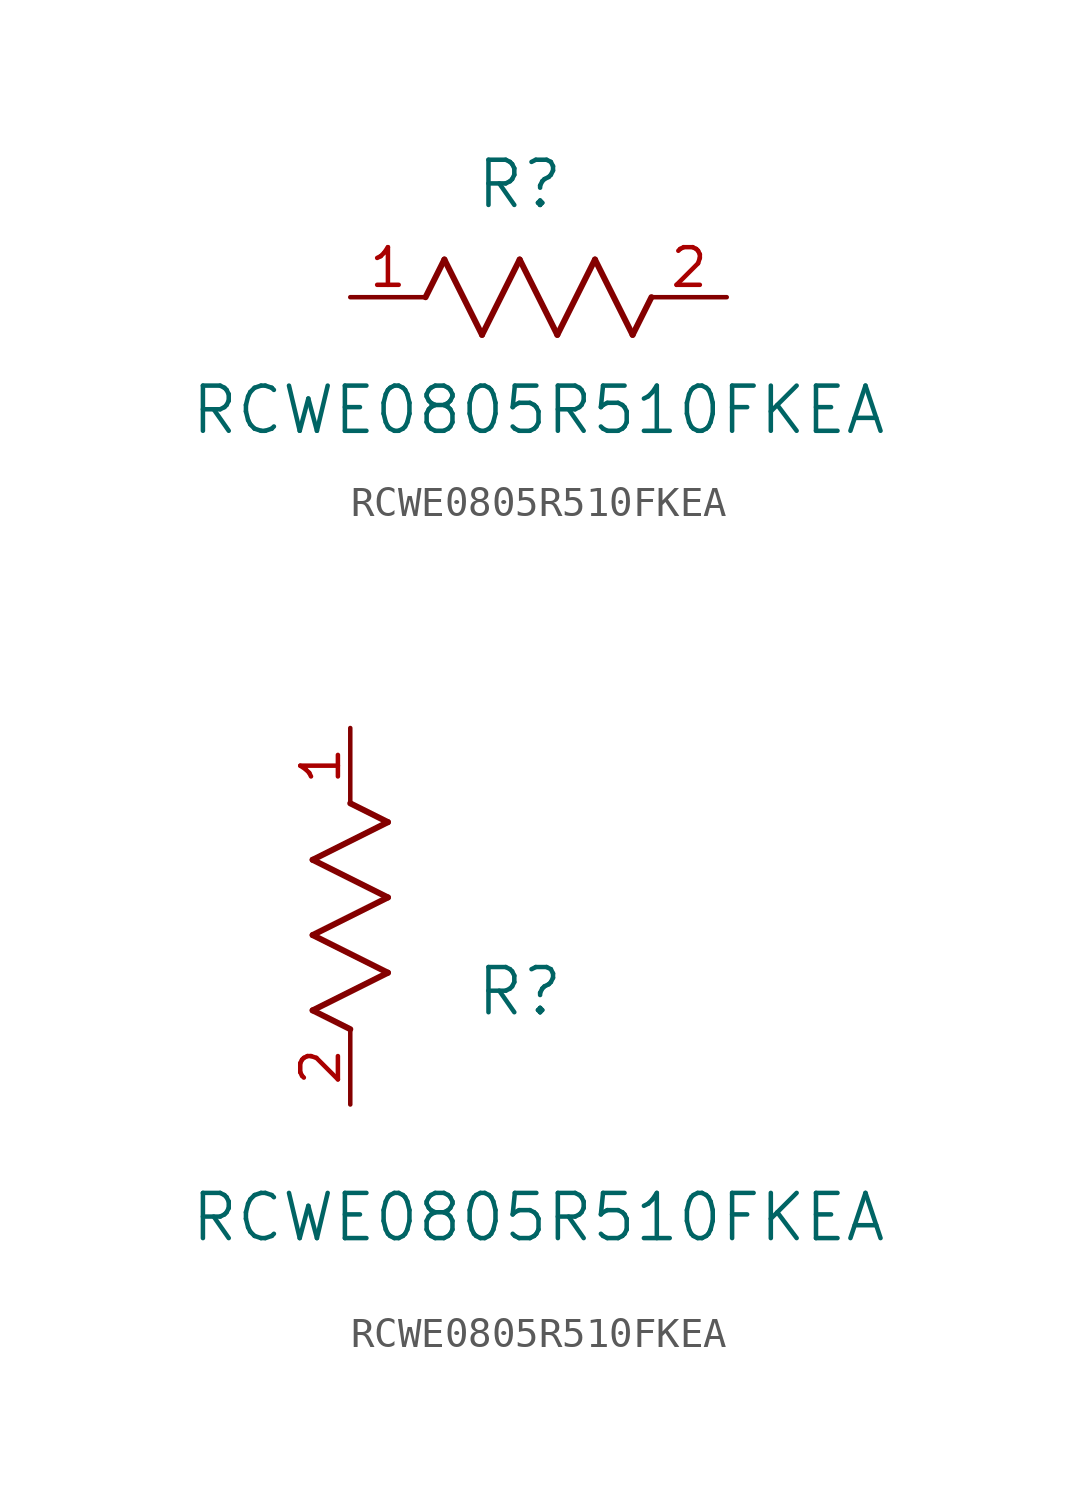
<source format=kicad_sym>
(kicad_symbol_lib
  (version 20211014)
  (generator kicad_symbol_editor)
  (symbol "RCWE0805R510FKEA"
    (pin_names
      (offset 0.254))
    (property "Reference" "R"
      (at 5.715 3.81 0)
      (effects (font (size 1.524 1.524))))
    (property "Value" "RCWE0805R510FKEA"
      (at 6.35 -3.81 0)
      (effects (font (size 1.524 1.524))))
    (symbol "RCWE0805R510FKEA_1_1"
      (polyline (pts (xy 3.175 1.27) (xy 4.445 -1.27)) (stroke (width 0.203) (type default) (color 0 0 0 0)) (fill (type none)))
      (polyline (pts (xy 4.445 -1.27) (xy 5.715 1.27)) (stroke (width 0.203) (type default) (color 0 0 0 0)) (fill (type none)))
      (polyline (pts (xy 5.715 1.27) (xy 6.985 -1.27)) (stroke (width 0.203) (type default) (color 0 0 0 0)) (fill (type none)))
      (polyline (pts (xy 6.985 -1.27) (xy 8.255 1.27)) (stroke (width 0.203) (type default) (color 0 0 0 0)) (fill (type none)))
      (polyline (pts (xy 8.255 1.27) (xy 9.525 -1.27)) (stroke (width 0.203) (type default) (color 0 0 0 0)) (fill (type none)))
      (polyline (pts (xy 2.54 0) (xy 3.175 1.27)) (stroke (width 0.203) (type default) (color 0 0 0 0)) (fill (type none)))
      (polyline (pts (xy 9.525 -1.27) (xy 10.16 0)) (stroke (width 0.203) (type default) (color 0 0 0 0)) (fill (type none)))
      (pin unspecified line (at 0 0 0) (length 2.54) (name "" (effects (font (size 1.27 1.27)))) (number "1" (effects (font (size 1.27 1.27)))))
      (pin unspecified line (at 12.7 0 180) (length 2.54) (name "" (effects (font (size 1.27 1.27)))) (number "2" (effects (font (size 1.27 1.27))))))
    (symbol "RCWE0805R510FKEA_1_2"
      (polyline (pts (xy 0 2.54) (xy -1.27 3.175)) (stroke (width 0.203) (type default) (color 0 0 0 0)) (fill (type none)))
      (polyline (pts (xy -1.27 3.175) (xy 1.27 4.445)) (stroke (width 0.203) (type default) (color 0 0 0 0)) (fill (type none)))
      (polyline (pts (xy 1.27 4.445) (xy -1.27 5.715)) (stroke (width 0.203) (type default) (color 0 0 0 0)) (fill (type none)))
      (polyline (pts (xy -1.27 5.715) (xy 1.27 6.985)) (stroke (width 0.203) (type default) (color 0 0 0 0)) (fill (type none)))
      (polyline (pts (xy -1.27 8.255) (xy 1.27 9.525)) (stroke (width 0.203) (type default) (color 0 0 0 0)) (fill (type none)))
      (polyline (pts (xy 1.27 9.525) (xy 0 10.16)) (stroke (width 0.203) (type default) (color 0 0 0 0)) (fill (type none)))
      (polyline (pts (xy 1.27 6.985) (xy -1.27 8.255)) (stroke (width 0.203) (type default) (color 0 0 0 0)) (fill (type none)))
      (pin unspecified line (at 0 12.7 270) (length 2.54) (name "" (effects (font (size 1.27 1.27)))) (number "1" (effects (font (size 1.27 1.27)))))
      (pin unspecified line (at 0 0 90) (length 2.54) (name "" (effects (font (size 1.27 1.27)))) (number "2" (effects (font (size 1.27 1.27))))))))
</source>
